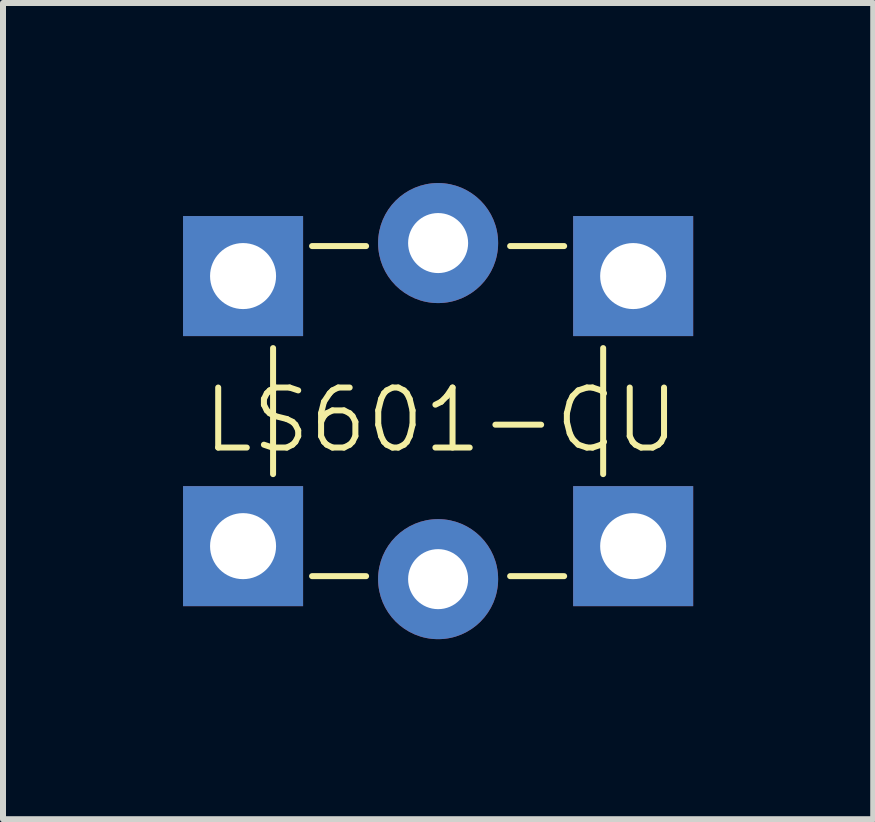
<source format=kicad_pcb>
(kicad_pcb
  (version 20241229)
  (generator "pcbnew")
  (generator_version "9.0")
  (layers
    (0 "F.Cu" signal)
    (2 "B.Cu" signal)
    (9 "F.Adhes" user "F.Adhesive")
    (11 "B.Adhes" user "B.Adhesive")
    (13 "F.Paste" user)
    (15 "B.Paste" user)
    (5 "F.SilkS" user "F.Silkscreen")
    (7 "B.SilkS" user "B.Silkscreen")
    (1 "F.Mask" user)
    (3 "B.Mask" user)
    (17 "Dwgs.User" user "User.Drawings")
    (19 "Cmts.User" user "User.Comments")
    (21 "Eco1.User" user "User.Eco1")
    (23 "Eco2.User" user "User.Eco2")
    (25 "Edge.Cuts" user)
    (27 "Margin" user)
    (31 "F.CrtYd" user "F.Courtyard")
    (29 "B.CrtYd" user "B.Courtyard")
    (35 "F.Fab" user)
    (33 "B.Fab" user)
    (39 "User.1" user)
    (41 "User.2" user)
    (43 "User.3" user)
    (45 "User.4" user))
  (footprint "LS601-CU"
    (layer "F.Cu")
    (at 4.25 3.8)
    (property "Reference" "LS601-CU" (at 0.05 0.15 0) (unlocked yes) (layer "F.SilkS") (effects (font (size 1 1) (thickness 0.1))))
    (attr through_hole)
    (fp_line (start -2.75 -1.05) (end -2.75 1.05) (stroke (width 0.1) (type default)) (layer "F.SilkS"))
    (fp_line (start -1.2 -2.75) (end -2.1 -2.75) (stroke (width 0.1) (type default)) (layer "F.SilkS"))
    (fp_line (start -1.2 2.75) (end -2.1 2.75) (stroke (width 0.1) (type default)) (layer "F.SilkS"))
    (fp_line (start 2.1 -2.75) (end 1.2 -2.75) (stroke (width 0.1) (type default)) (layer "F.SilkS"))
    (fp_line (start 2.1 2.75) (end 1.2 2.75) (stroke (width 0.1) (type default)) (layer "F.SilkS"))
    (fp_line (start 2.75 -1.05) (end 2.75 1.05) (stroke (width 0.1) (type default)) (layer "F.SilkS"))
    (pad "1" thru_hole rect (at -3.25 2.25) (size 2 2) (drill 1.1) (layers "*.Cu" "*.Mask"))
    (pad "1" thru_hole rect (at 3.25 2.25) (size 2 2) (drill 1.1) (layers "*.Cu" "*.Mask"))
    (pad "2" thru_hole rect (at -3.25 -2.25) (size 2 2) (drill 1.1) (layers "*.Cu" "*.Mask"))
    (pad "2" thru_hole rect (at 3.25 -2.25) (size 2 2) (drill 1.1) (layers "*.Cu" "*.Mask"))
    (pad "3" thru_hole circle (at 0 2.8) (size 2 2) (drill 1) (layers "*.Cu" "*.Mask"))
    (pad "4" thru_hole circle (at 0 -2.8) (size 2 2) (drill 1) (layers "*.Cu" "*.Mask")))
  (gr_rect
    (start -3 -3)
    (end 11.5 10.6)
    (stroke (width 0.1) (type default))
    (fill no)
    (layer "Edge.Cuts")))
</source>
